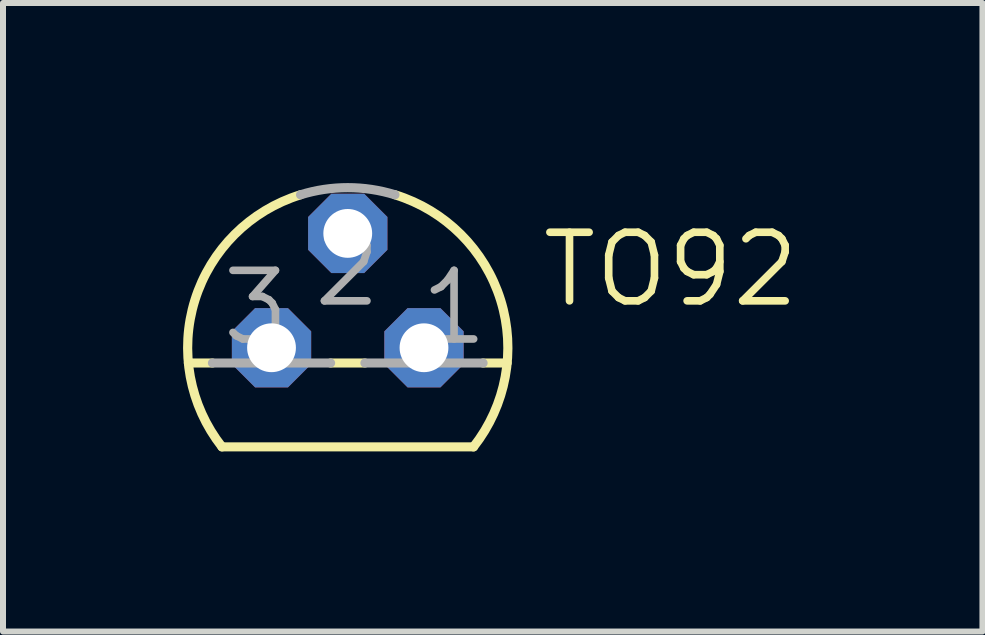
<source format=kicad_pcb>
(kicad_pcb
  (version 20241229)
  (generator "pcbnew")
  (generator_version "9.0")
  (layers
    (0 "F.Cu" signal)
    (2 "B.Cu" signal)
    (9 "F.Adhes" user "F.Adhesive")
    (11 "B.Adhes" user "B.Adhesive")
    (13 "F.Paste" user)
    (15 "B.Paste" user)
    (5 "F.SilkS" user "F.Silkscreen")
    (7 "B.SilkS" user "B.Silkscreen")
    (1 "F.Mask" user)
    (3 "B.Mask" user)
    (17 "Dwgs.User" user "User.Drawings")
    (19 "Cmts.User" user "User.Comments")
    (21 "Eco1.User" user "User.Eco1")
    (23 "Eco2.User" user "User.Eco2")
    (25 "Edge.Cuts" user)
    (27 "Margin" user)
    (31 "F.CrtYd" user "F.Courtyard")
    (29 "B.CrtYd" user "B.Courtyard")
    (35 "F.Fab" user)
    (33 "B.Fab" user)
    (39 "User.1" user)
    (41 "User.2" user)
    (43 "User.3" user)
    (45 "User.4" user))
  (footprint "TO92"
    (layer "F.Cu")
    (at 2.743 2.743)
    (property "Reference" "TO92" (at 3.175 -0.635 0) (layer "F.SilkS") (effects (font (size 1.143 1.143) (thickness 0.127)) (justify left bottom)))
    (fp_line (start -2.655 0.254) (end -2.254 0.254) (stroke (width 0.152) (type solid)) (layer "F.SilkS"))
    (fp_line (start -2.095 1.651) (end 2.095 1.651) (stroke (width 0.152) (type solid)) (layer "F.SilkS"))
    (fp_line (start -0.286 0.254) (end 0.286 0.254) (stroke (width 0.152) (type solid)) (layer "F.SilkS"))
    (fp_line (start 2.254 0.254) (end 2.655 0.254) (stroke (width 0.152) (type solid)) (layer "F.SilkS"))
    (fp_arc (start -2.0946 1.651) (mid -2.54634 -0.793276) (end -0.7863 -2.5485) (stroke (width 0.1524) (type solid)) (layer "F.SilkS"))
    (fp_arc (start 0.7868 -2.5484) (mid 2.546775 -0.793203) (end 2.094999 1.651) (stroke (width 0.1524) (type solid)) (layer "F.SilkS"))
    (fp_line (start -2.254 0.254) (end -0.286 0.254) (stroke (width 0.152) (type solid)) (layer "F.Fab"))
    (fp_line (start 0.286 0.254) (end 2.254 0.254) (stroke (width 0.152) (type solid)) (layer "F.Fab"))
    (fp_arc (start -0.7863 -2.5485) (mid 0 -2.667043) (end 0.7863 -2.5485) (stroke (width 0.1524) (type solid)) (layer "F.Fab"))
    (fp_text user "1" (at 1.143 0 0) (layer "F.Fab") (effects (font (size 1.143 1.143) (thickness 0.127)) (justify left bottom)))
    (fp_text user "3" (at -2.159 0 0) (layer "F.Fab") (effects (font (size 1.143 1.143) (thickness 0.127)) (justify left bottom)))
    (fp_text user "2" (at -0.635 -0.635 0) (layer "F.Fab") (effects (font (size 1.143 1.143) (thickness 0.127)) (justify left bottom)))
    (pad "1" thru_hole roundrect (at 1.27 0) (size 1.321 1.321) (drill 0.813) (layers "*.Cu" "*.Mask") (roundrect_rratio 0.25) (chamfer_ratio 0.293) (chamfer top_left top_right bottom_left bottom_right))
    (pad "2" thru_hole roundrect (at 0 -1.905) (size 1.321 1.321) (drill 0.813) (layers "*.Cu" "*.Mask") (roundrect_rratio 0.25) (chamfer_ratio 0.293) (chamfer top_left top_right bottom_left bottom_right))
    (pad "3" thru_hole roundrect (at -1.27 0) (size 1.321 1.321) (drill 0.813) (layers "*.Cu" "*.Mask") (roundrect_rratio 0.25) (chamfer_ratio 0.293) (chamfer top_left top_right bottom_left bottom_right)))
  (gr_rect
    (start -3 -3)
    (end 13.316 7.47)
    (stroke (width 0.1) (type default))
    (fill no)
    (layer "Edge.Cuts")))
</source>
